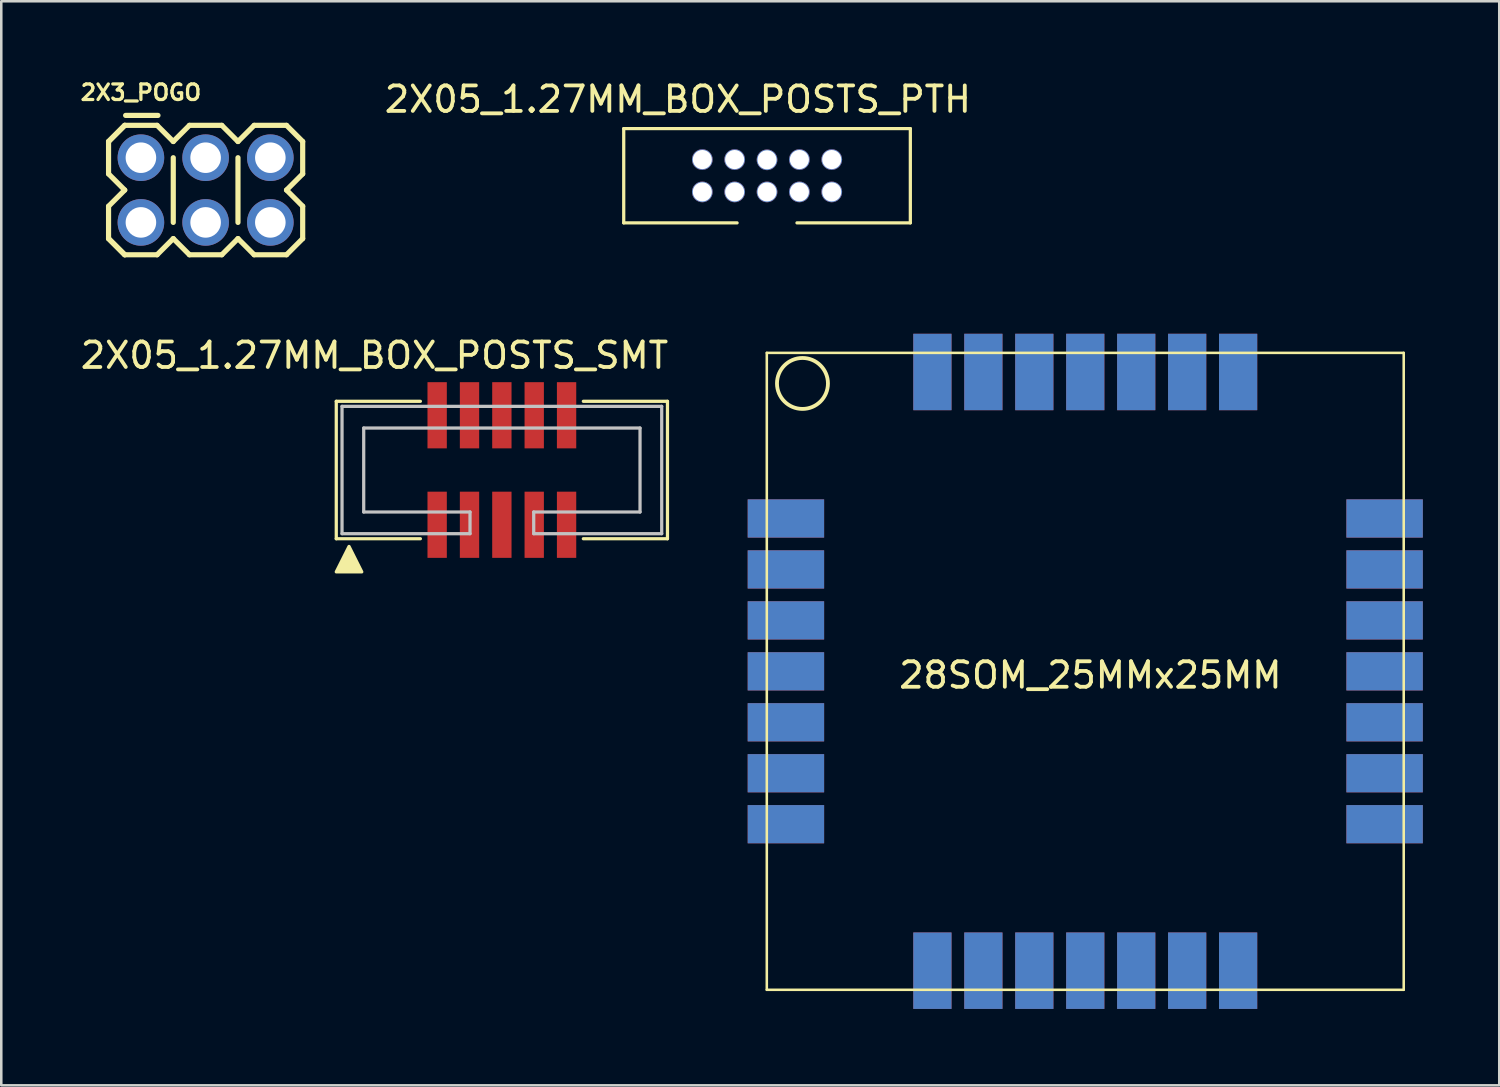
<source format=kicad_pcb>
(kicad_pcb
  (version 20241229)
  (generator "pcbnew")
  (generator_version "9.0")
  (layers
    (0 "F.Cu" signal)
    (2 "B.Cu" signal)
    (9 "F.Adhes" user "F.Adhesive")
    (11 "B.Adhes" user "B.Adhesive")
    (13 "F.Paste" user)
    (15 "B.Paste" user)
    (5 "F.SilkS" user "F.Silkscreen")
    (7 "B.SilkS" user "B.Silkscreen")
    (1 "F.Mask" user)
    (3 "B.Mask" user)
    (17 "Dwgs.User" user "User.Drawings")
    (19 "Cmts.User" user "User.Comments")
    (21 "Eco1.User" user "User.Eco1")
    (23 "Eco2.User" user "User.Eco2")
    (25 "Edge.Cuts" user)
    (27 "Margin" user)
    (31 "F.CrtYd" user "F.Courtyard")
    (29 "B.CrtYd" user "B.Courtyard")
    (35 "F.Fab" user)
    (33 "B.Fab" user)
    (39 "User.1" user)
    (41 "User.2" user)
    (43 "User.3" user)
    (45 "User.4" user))
  (footprint "2X05_1.27MM_BOX_POSTS_SMT"
    (layer "F.Cu")
    (at 16.649 15.399)
    (property "Reference" "2X05_1.27MM_BOX_POSTS_SMT" (at -5 -4.5 0) (layer "F.SilkS") (effects (font (size 1 1) (thickness 0.15))))
    (attr smd)
    (fp_line (start -6.5 -2.697) (end -6.5 2.697) (stroke (width 0.127) (type solid)) (layer "F.SilkS"))
    (fp_line (start -6.5 2.697) (end -3.198 2.697) (stroke (width 0.127) (type solid)) (layer "F.SilkS"))
    (fp_line (start -3.198 -2.697) (end -6.5 -2.697) (stroke (width 0.127) (type solid)) (layer "F.SilkS"))
    (fp_line (start 3.198 -2.697) (end 6.5 -2.697) (stroke (width 0.127) (type solid)) (layer "F.SilkS"))
    (fp_line (start 6.5 -2.697) (end 6.5 2.697) (stroke (width 0.127) (type solid)) (layer "F.SilkS"))
    (fp_line (start 6.5 2.697) (end 3.198 2.697) (stroke (width 0.127) (type solid)) (layer "F.SilkS"))
    (fp_poly (pts (xy -6.5 3.998) (xy -5.499 3.998) (xy -5.999 3) (xy -6.5 3.998)) (stroke (width 0.127) (type solid)) (fill yes) (layer "F.SilkS"))
    (fp_line (start -6.274 -2.499) (end 6.274 -2.499) (stroke (width 0.127) (type solid)) (layer "Dwgs.User"))
    (fp_line (start -6.274 2.499) (end -6.274 -2.499) (stroke (width 0.127) (type solid)) (layer "Dwgs.User"))
    (fp_line (start -5.423 -1.648) (end 5.423 -1.648) (stroke (width 0.127) (type solid)) (layer "Dwgs.User"))
    (fp_line (start -5.423 1.648) (end -5.423 -1.648) (stroke (width 0.127) (type solid)) (layer "Dwgs.User"))
    (fp_line (start -1.25 1.648) (end -5.423 1.648) (stroke (width 0.127) (type solid)) (layer "Dwgs.User"))
    (fp_line (start -1.25 1.648) (end -1.25 2.499) (stroke (width 0.127) (type solid)) (layer "Dwgs.User"))
    (fp_line (start -1.25 2.499) (end -6.274 2.499) (stroke (width 0.127) (type solid)) (layer "Dwgs.User"))
    (fp_line (start 1.25 1.648) (end 1.25 2.499) (stroke (width 0.127) (type solid)) (layer "Dwgs.User"))
    (fp_line (start 5.423 -1.648) (end 5.423 1.648) (stroke (width 0.127) (type solid)) (layer "Dwgs.User"))
    (fp_line (start 5.423 1.648) (end 1.25 1.648) (stroke (width 0.127) (type solid)) (layer "Dwgs.User"))
    (fp_line (start 6.274 -2.499) (end 6.274 2.499) (stroke (width 0.127) (type solid)) (layer "Dwgs.User"))
    (fp_line (start 6.274 2.499) (end 1.25 2.499) (stroke (width 0.127) (type solid)) (layer "Dwgs.User"))
    (pad "1" smd rect (at -2.54 2.149) (size 0.759 2.598) (layers "F.Cu" "F.Mask" "F.Paste"))
    (pad "2" smd rect (at -2.54 -2.149) (size 0.759 2.598) (layers "F.Cu" "F.Mask" "F.Paste"))
    (pad "3" smd rect (at -1.27 2.149) (size 0.759 2.598) (layers "F.Cu" "F.Mask" "F.Paste"))
    (pad "4" smd rect (at -1.27 -2.149) (size 0.759 2.598) (layers "F.Cu" "F.Mask" "F.Paste"))
    (pad "5" smd rect (at 0 2.149) (size 0.759 2.598) (layers "F.Cu" "F.Mask" "F.Paste"))
    (pad "6" smd rect (at 0 -2.149) (size 0.759 2.598) (layers "F.Cu" "F.Mask" "F.Paste"))
    (pad "7" smd rect (at 1.27 2.149) (size 0.759 2.598) (layers "F.Cu" "F.Mask" "F.Paste"))
    (pad "8" smd rect (at 1.27 -2.149) (size 0.759 2.598) (layers "F.Cu" "F.Mask" "F.Paste"))
    (pad "9" smd rect (at 2.54 2.149) (size 0.759 2.598) (layers "F.Cu" "F.Mask" "F.Paste"))
    (pad "10" smd rect (at 2.54 -2.149) (size 0.759 2.598) (layers "F.Cu" "F.Mask" "F.Paste")))
  (footprint "28SOM_25MMx25MM"
    (layer "F.Cu")
    (at 27.048 10.801)
    (property "Reference" "28SOM_25MMx25MM" (at 12.7 12.65 0) (layer "F.SilkS") (effects (font (size 1 1) (thickness 0.15))))
    (attr through_hole)
    (fp_line (start 0 0) (end 25 0) (stroke (width 0.1) (type solid)) (layer "F.SilkS"))
    (fp_line (start 0 25) (end 0 0) (stroke (width 0.1) (type solid)) (layer "F.SilkS"))
    (fp_line (start 25 0) (end 25 25) (stroke (width 0.1) (type solid)) (layer "F.SilkS"))
    (fp_line (start 25 25) (end 0 25) (stroke (width 0.1) (type solid)) (layer "F.SilkS"))
    (fp_circle (center 1.4 1.2) (end 2.4 1.2) (stroke (width 0.15) (type solid)) (fill no) (layer "F.SilkS"))
    (pad "1" smd rect (at 0.75 6.5) (size 3 1.5) (layers "F.Cu" "F.Mask"))
    (pad "1" smd rect (at 0.75 6.5) (size 3 1.5) (layers "B.Cu" "B.Mask"))
    (pad "2" smd rect (at 0.75 8.5) (size 3 1.5) (layers "F.Cu" "F.Mask"))
    (pad "2" smd rect (at 0.75 8.5) (size 3 1.5) (layers "B.Cu" "B.Mask"))
    (pad "3" smd rect (at 0.75 10.5) (size 3 1.5) (layers "F.Cu" "F.Mask"))
    (pad "3" smd rect (at 0.75 10.5) (size 3 1.5) (layers "B.Cu" "B.Mask"))
    (pad "4" smd rect (at 0.75 12.5) (size 3 1.5) (layers "F.Cu" "F.Mask"))
    (pad "4" smd rect (at 0.75 12.5) (size 3 1.5) (layers "B.Cu" "B.Mask"))
    (pad "5" smd rect (at 0.75 14.5) (size 3 1.5) (layers "F.Cu" "F.Mask"))
    (pad "5" smd rect (at 0.75 14.5) (size 3 1.5) (layers "B.Cu" "B.Mask"))
    (pad "6" smd rect (at 0.75 16.5) (size 3 1.5) (layers "F.Cu" "F.Mask"))
    (pad "6" smd rect (at 0.75 16.5) (size 3 1.5) (layers "B.Cu" "B.Mask"))
    (pad "7" smd rect (at 0.75 18.5) (size 3 1.5) (layers "F.Cu" "F.Mask"))
    (pad "7" smd rect (at 0.75 18.5) (size 3 1.5) (layers "B.Cu" "B.Mask"))
    (pad "8" smd rect (at 6.5 24.25 270) (size 3 1.5) (layers "F.Cu" "F.Mask"))
    (pad "8" smd rect (at 6.5 24.25 270) (size 3 1.5) (layers "B.Cu" "B.Mask"))
    (pad "9" smd rect (at 8.5 24.25 270) (size 3 1.5) (layers "F.Cu" "F.Mask"))
    (pad "9" smd rect (at 8.5 24.25 270) (size 3 1.5) (layers "B.Cu" "B.Mask"))
    (pad "10" smd rect (at 10.5 24.25 270) (size 3 1.5) (layers "F.Cu" "F.Mask"))
    (pad "10" smd rect (at 10.5 24.25 270) (size 3 1.5) (layers "B.Cu" "B.Mask"))
    (pad "11" smd rect (at 12.5 24.25 270) (size 3 1.5) (layers "F.Cu" "F.Mask"))
    (pad "11" smd rect (at 12.5 24.25 270) (size 3 1.5) (layers "B.Cu" "B.Mask"))
    (pad "12" smd rect (at 14.5 24.25 270) (size 3 1.5) (layers "F.Cu" "F.Mask"))
    (pad "12" smd rect (at 14.5 24.25 270) (size 3 1.5) (layers "B.Cu" "B.Mask"))
    (pad "13" smd rect (at 16.5 24.25 270) (size 3 1.5) (layers "F.Cu" "F.Mask"))
    (pad "13" smd rect (at 16.5 24.25 270) (size 3 1.5) (layers "B.Cu" "B.Mask"))
    (pad "14" smd rect (at 18.5 24.25 270) (size 3 1.5) (layers "F.Cu" "F.Mask"))
    (pad "14" smd rect (at 18.5 24.25 270) (size 3 1.5) (layers "B.Cu" "B.Mask"))
    (pad "15" smd rect (at 24.25 18.5 180) (size 3 1.5) (layers "F.Cu" "F.Mask"))
    (pad "15" smd rect (at 24.25 18.5 180) (size 3 1.5) (layers "B.Cu" "B.Mask"))
    (pad "16" smd rect (at 24.25 16.5 180) (size 3 1.5) (layers "F.Cu" "F.Mask"))
    (pad "16" smd rect (at 24.25 16.5 180) (size 3 1.5) (layers "B.Cu" "B.Mask"))
    (pad "17" smd rect (at 24.25 14.5 180) (size 3 1.5) (layers "F.Cu" "F.Mask"))
    (pad "17" smd rect (at 24.25 14.5 180) (size 3 1.5) (layers "B.Cu" "B.Mask"))
    (pad "18" smd rect (at 24.25 12.5 180) (size 3 1.5) (layers "F.Cu" "F.Mask"))
    (pad "18" smd rect (at 24.25 12.5 180) (size 3 1.5) (layers "B.Cu" "B.Mask"))
    (pad "19" smd rect (at 24.25 10.5 180) (size 3 1.5) (layers "F.Cu" "F.Mask"))
    (pad "19" smd rect (at 24.25 10.5 180) (size 3 1.5) (layers "B.Cu" "B.Mask"))
    (pad "20" smd rect (at 24.25 8.5 180) (size 3 1.5) (layers "F.Cu" "F.Mask"))
    (pad "20" smd rect (at 24.25 8.5 180) (size 3 1.5) (layers "B.Cu" "B.Mask"))
    (pad "21" smd rect (at 24.25 6.5 180) (size 3 1.5) (layers "F.Cu" "F.Mask"))
    (pad "21" smd rect (at 24.25 6.5 180) (size 3 1.5) (layers "B.Cu" "B.Mask"))
    (pad "22" smd rect (at 18.5 0.75 270) (size 3 1.5) (layers "F.Cu" "F.Mask"))
    (pad "22" smd rect (at 18.5 0.75 270) (size 3 1.5) (layers "B.Cu" "B.Mask"))
    (pad "23" smd rect (at 16.5 0.75 270) (size 3 1.5) (layers "F.Cu" "F.Mask"))
    (pad "23" smd rect (at 16.5 0.75 270) (size 3 1.5) (layers "B.Cu" "B.Mask"))
    (pad "24" smd rect (at 14.5 0.75 270) (size 3 1.5) (layers "F.Cu" "F.Mask"))
    (pad "24" smd rect (at 14.5 0.75 270) (size 3 1.5) (layers "B.Cu" "B.Mask"))
    (pad "25" smd rect (at 12.5 0.75 270) (size 3 1.5) (layers "F.Cu" "F.Mask"))
    (pad "25" smd rect (at 12.5 0.75 270) (size 3 1.5) (layers "B.Cu" "B.Mask"))
    (pad "26" smd rect (at 10.5 0.75 270) (size 3 1.5) (layers "F.Cu" "F.Mask"))
    (pad "26" smd rect (at 10.5 0.75 270) (size 3 1.5) (layers "B.Cu" "B.Mask"))
    (pad "27" smd rect (at 8.5 0.75 270) (size 3 1.5) (layers "F.Cu" "F.Mask"))
    (pad "27" smd rect (at 8.5 0.75 270) (size 3 1.5) (layers "B.Cu" "B.Mask"))
    (pad "28" smd rect (at 6.5 0.75 270) (size 3 1.5) (layers "F.Cu" "F.Mask"))
    (pad "28" smd rect (at 6.5 0.75 270) (size 3 1.5) (layers "B.Cu" "B.Mask")))
  (footprint "2X05_1.27MM_BOX_POSTS_PTH"
    (layer "F.Cu")
    (at 27.057 3.848)
    (property "Reference" "2X05_1.27MM_BOX_POSTS_PTH" (at -3.5 -3 0) (layer "F.SilkS") (effects (font (size 1 1) (thickness 0.15))))
    (attr through_hole)
    (fp_line (start -5.625 -1.85) (end -5.625 1.85) (stroke (width 0.127) (type solid)) (layer "F.SilkS"))
    (fp_line (start -5.625 1.85) (end -1.175 1.85) (stroke (width 0.127) (type solid)) (layer "F.SilkS"))
    (fp_line (start 5.625 -1.85) (end -5.625 -1.85) (stroke (width 0.127) (type solid)) (layer "F.SilkS"))
    (fp_line (start 5.625 -1.85) (end 5.625 1.85) (stroke (width 0.127) (type solid)) (layer "F.SilkS"))
    (fp_line (start 5.625 1.85) (end 1.175 1.85) (stroke (width 0.127) (type solid)) (layer "F.SilkS"))
    (pad "1" thru_hole circle (at -2.54 0.635) (size 0.813 0.813) (drill 0.75) (layers "*.Cu" "*.Mask"))
    (pad "2" thru_hole circle (at -2.54 -0.635) (size 0.813 0.813) (drill 0.75) (layers "*.Cu" "*.Mask"))
    (pad "3" thru_hole circle (at -1.27 0.635) (size 0.813 0.813) (drill 0.75) (layers "*.Cu" "*.Mask"))
    (pad "4" thru_hole circle (at -1.27 -0.635) (size 0.813 0.813) (drill 0.75) (layers "*.Cu" "*.Mask"))
    (pad "5" thru_hole circle (at 0 0.635) (size 0.813 0.813) (drill 0.75) (layers "*.Cu" "*.Mask"))
    (pad "6" thru_hole circle (at 0 -0.625) (size 0.813 0.813) (drill 0.75) (layers "*.Cu" "*.Mask"))
    (pad "7" thru_hole circle (at 1.27 0.635) (size 0.813 0.813) (drill 0.75) (layers "*.Cu" "*.Mask"))
    (pad "8" thru_hole circle (at 1.27 -0.635) (size 0.813 0.813) (drill 0.75) (layers "*.Cu" "*.Mask"))
    (pad "9" thru_hole circle (at 2.54 0.635) (size 0.813 0.813) (drill 0.75) (layers "*.Cu" "*.Mask"))
    (pad "10" thru_hole circle (at 2.54 -0.635) (size 0.813 0.813) (drill 0.75) (layers "*.Cu" "*.Mask")))
  (footprint "2X3_POGO"
    (layer "F.Cu")
    (at 2.481 5.68)
    (property "Reference" "2X3_POGO" (at 0 -5.1 0) (layer "F.SilkS") (effects (font (size 0.61 0.61) (thickness 0.127))))
    (attr exclude_from_pos_files exclude_from_bom)
    (fp_line (start -1.27 -3.175) (end -0.635 -3.81) (stroke (width 0.203) (type solid)) (layer "F.SilkS"))
    (fp_line (start -1.27 -3.175) (end -0.635 -3.81) (stroke (width 0.203) (type solid)) (layer "F.SilkS"))
    (fp_line (start -1.27 -1.905) (end -1.27 -3.175) (stroke (width 0.203) (type solid)) (layer "F.SilkS"))
    (fp_line (start -1.27 -0.635) (end -0.635 -1.27) (stroke (width 0.203) (type solid)) (layer "F.SilkS"))
    (fp_line (start -1.27 0.635) (end -1.27 -0.635) (stroke (width 0.203) (type solid)) (layer "F.SilkS"))
    (fp_line (start -1.27 0.635) (end -0.635 1.27) (stroke (width 0.203) (type solid)) (layer "F.SilkS"))
    (fp_line (start -0.635 -3.81) (end 0.635 -3.81) (stroke (width 0.203) (type solid)) (layer "F.SilkS"))
    (fp_line (start -0.635 -1.27) (end -1.27 -1.905) (stroke (width 0.203) (type solid)) (layer "F.SilkS"))
    (fp_line (start -0.635 1.27) (end -1.27 0.635) (stroke (width 0.203) (type solid)) (layer "F.SilkS"))
    (fp_line (start 0.635 -3.81) (end 1.27 -3.175) (stroke (width 0.203) (type solid)) (layer "F.SilkS"))
    (fp_line (start 0.635 1.27) (end -0.635 1.27) (stroke (width 0.203) (type solid)) (layer "F.SilkS"))
    (fp_line (start 0.67 -4.2) (end -0.6 -4.2) (stroke (width 0.203) (type solid)) (layer "F.SilkS"))
    (fp_line (start 1.27 -3.175) (end 1.905 -3.81) (stroke (width 0.203) (type solid)) (layer "F.SilkS"))
    (fp_line (start 1.27 -2.54) (end 1.27 0) (stroke (width 0.203) (type solid)) (layer "F.SilkS"))
    (fp_line (start 1.27 0.635) (end 0.635 1.27) (stroke (width 0.203) (type solid)) (layer "F.SilkS"))
    (fp_line (start 1.905 -3.81) (end 3.175 -3.81) (stroke (width 0.203) (type solid)) (layer "F.SilkS"))
    (fp_line (start 1.905 1.27) (end 1.27 0.635) (stroke (width 0.203) (type solid)) (layer "F.SilkS"))
    (fp_line (start 3.175 -3.81) (end 3.81 -3.175) (stroke (width 0.203) (type solid)) (layer "F.SilkS"))
    (fp_line (start 3.175 1.27) (end 1.905 1.27) (stroke (width 0.203) (type solid)) (layer "F.SilkS"))
    (fp_line (start 3.81 -3.175) (end 4.445 -3.81) (stroke (width 0.203) (type solid)) (layer "F.SilkS"))
    (fp_line (start 3.81 -2.54) (end 3.81 0) (stroke (width 0.203) (type solid)) (layer "F.SilkS"))
    (fp_line (start 3.81 0.635) (end 3.175 1.27) (stroke (width 0.203) (type solid)) (layer "F.SilkS"))
    (fp_line (start 4.445 -3.81) (end 5.715 -3.81) (stroke (width 0.203) (type solid)) (layer "F.SilkS"))
    (fp_line (start 4.445 1.27) (end 3.81 0.635) (stroke (width 0.203) (type solid)) (layer "F.SilkS"))
    (fp_line (start 5.715 -3.81) (end 6.35 -3.175) (stroke (width 0.203) (type solid)) (layer "F.SilkS"))
    (fp_line (start 5.715 -1.27) (end 6.35 -0.635) (stroke (width 0.203) (type solid)) (layer "F.SilkS"))
    (fp_line (start 5.715 1.27) (end 4.445 1.27) (stroke (width 0.203) (type solid)) (layer "F.SilkS"))
    (fp_line (start 6.35 -3.175) (end 6.35 -1.905) (stroke (width 0.203) (type solid)) (layer "F.SilkS"))
    (fp_line (start 6.35 -1.905) (end 5.715 -1.27) (stroke (width 0.203) (type solid)) (layer "F.SilkS"))
    (fp_line (start 6.35 -0.635) (end 6.35 0.635) (stroke (width 0.203) (type solid)) (layer "F.SilkS"))
    (fp_line (start 6.35 0.635) (end 5.715 1.27) (stroke (width 0.203) (type solid)) (layer "F.SilkS"))
    (pad "1" thru_hole circle (at 0 -2.54) (size 1.829 1.829) (drill 1.199) (layers "*.Cu" "*.Mask"))
    (pad "2" thru_hole circle (at 2.54 -2.54) (size 1.829 1.829) (drill 1.199) (layers "*.Cu" "*.Mask"))
    (pad "3" thru_hole circle (at 5.08 -2.54) (size 1.829 1.829) (drill 1.199) (layers "*.Cu" "*.Mask"))
    (pad "4" thru_hole circle (at 0 0) (size 1.829 1.829) (drill 1.199) (layers "*.Cu" "*.Mask"))
    (pad "5" thru_hole circle (at 2.54 0) (size 1.829 1.829) (drill 1.199) (layers "*.Cu" "*.Mask"))
    (pad "6" thru_hole circle (at 5.08 0) (size 1.829 1.829) (drill 1.199) (layers "*.Cu" "*.Mask")))
  (gr_rect
    (start -3 -3)
    (end 55.798 39.551)
    (stroke (width 0.1) (type default))
    (fill no)
    (layer "Edge.Cuts")))
</source>
